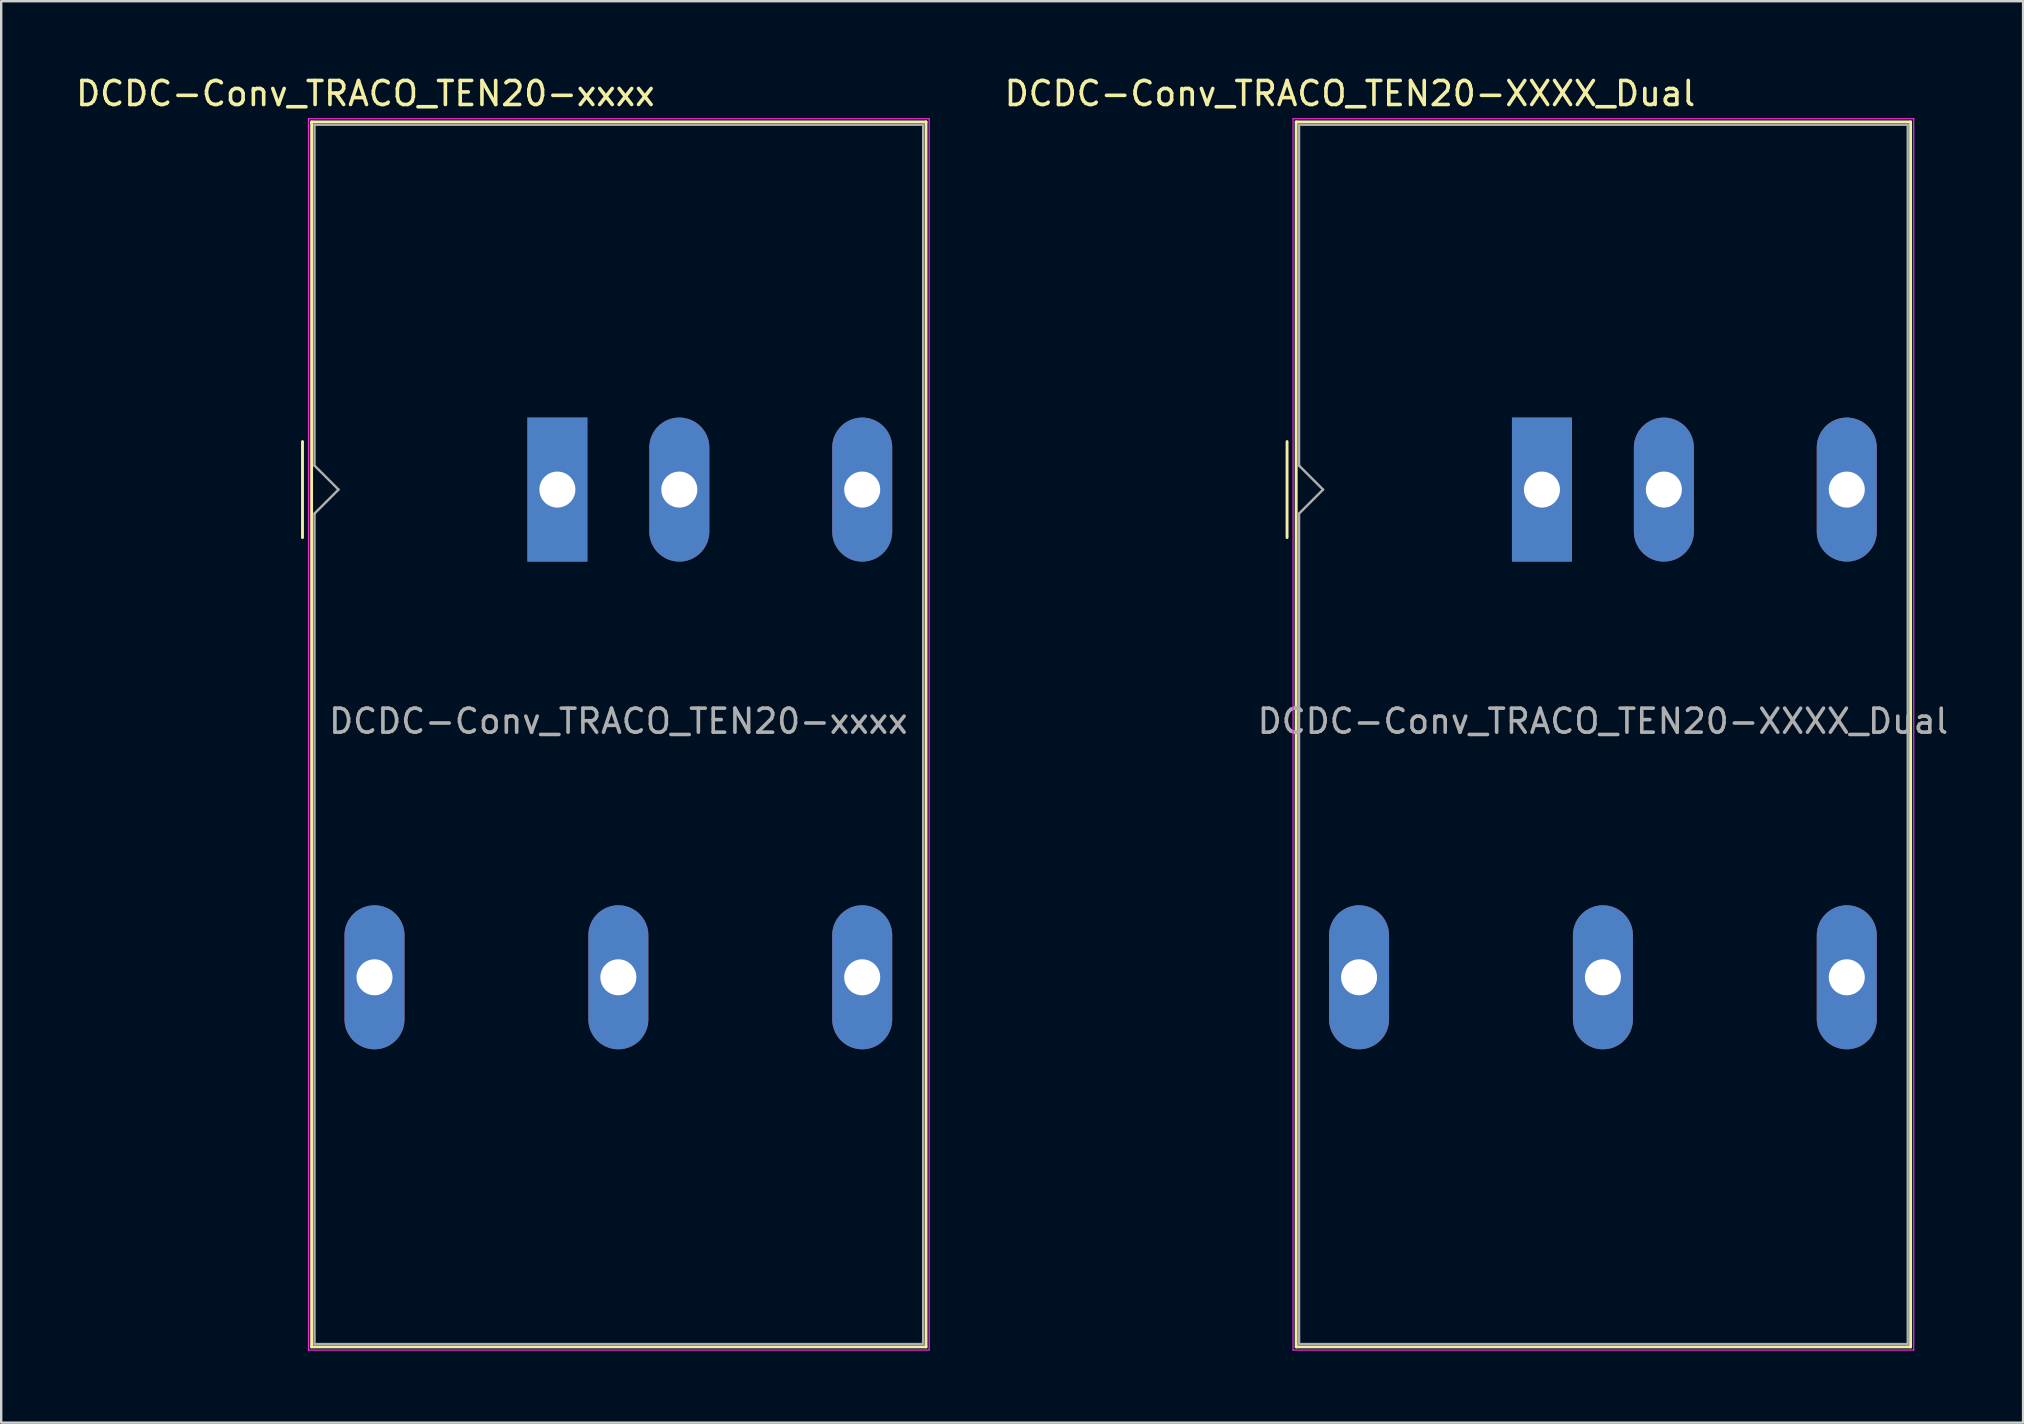
<source format=kicad_pcb>
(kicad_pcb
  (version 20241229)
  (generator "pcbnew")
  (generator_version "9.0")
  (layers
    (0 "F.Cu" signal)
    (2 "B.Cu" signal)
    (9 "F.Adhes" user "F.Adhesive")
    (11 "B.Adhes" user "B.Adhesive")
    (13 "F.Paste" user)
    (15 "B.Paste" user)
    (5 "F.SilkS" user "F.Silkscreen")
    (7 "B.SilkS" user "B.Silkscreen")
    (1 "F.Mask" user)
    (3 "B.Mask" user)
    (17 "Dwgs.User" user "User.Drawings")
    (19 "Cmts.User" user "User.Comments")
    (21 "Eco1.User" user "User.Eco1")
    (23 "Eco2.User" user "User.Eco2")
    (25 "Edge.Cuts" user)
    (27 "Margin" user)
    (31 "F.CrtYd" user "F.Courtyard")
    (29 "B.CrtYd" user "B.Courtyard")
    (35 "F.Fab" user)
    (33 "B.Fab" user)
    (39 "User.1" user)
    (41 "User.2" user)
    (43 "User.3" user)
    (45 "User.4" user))
  (footprint "DCDC-Conv_TRACO_TEN20-XXXX_Dual"
    (layer "F.Cu")
    (at 61.194 17.348)
    (property "Reference" "DCDC-Conv_TRACO_TEN20-XXXX_Dual" (at -8 -16.5 180) (layer "F.SilkS") (effects (font (size 1 1) (thickness 0.15))))
    (attr through_hole)
    (fp_line (start -10.62 -2) (end -10.62 2) (stroke (width 0.12) (type solid)) (layer "F.SilkS"))
    (fp_line (start -10.24 -15.32) (end 15.36 -15.32) (stroke (width 0.12) (type solid)) (layer "F.SilkS"))
    (fp_line (start -10.24 35.72) (end -10.24 -15.32) (stroke (width 0.12) (type solid)) (layer "F.SilkS"))
    (fp_line (start 15.36 -15.32) (end 15.36 35.72) (stroke (width 0.12) (type solid)) (layer "F.SilkS"))
    (fp_line (start 15.36 35.72) (end -10.24 35.72) (stroke (width 0.12) (type solid)) (layer "F.SilkS"))
    (fp_line (start -10.37 -15.45) (end 15.49 -15.45) (stroke (width 0.05) (type solid)) (layer "F.CrtYd"))
    (fp_line (start -10.37 35.85) (end -10.37 -15.45) (stroke (width 0.05) (type solid)) (layer "F.CrtYd"))
    (fp_line (start -10.37 35.85) (end 15.49 35.85) (stroke (width 0.05) (type solid)) (layer "F.CrtYd"))
    (fp_line (start 15.49 35.85) (end 15.49 -15.45) (stroke (width 0.05) (type solid)) (layer "F.CrtYd"))
    (fp_line (start -10.12 -1) (end -10.12 -15.2) (stroke (width 0.1) (type solid)) (layer "F.Fab"))
    (fp_line (start -10.12 1) (end -10.12 35.6) (stroke (width 0.1) (type solid)) (layer "F.Fab"))
    (fp_line (start -10.12 1) (end -9.12 0) (stroke (width 0.1) (type solid)) (layer "F.Fab"))
    (fp_line (start -10.12 35.6) (end 15.24 35.6) (stroke (width 0.1) (type solid)) (layer "F.Fab"))
    (fp_line (start -9.12 0) (end -10.12 -1) (stroke (width 0.1) (type solid)) (layer "F.Fab"))
    (fp_line (start 15.24 -15.2) (end -10.12 -15.2) (stroke (width 0.1) (type solid)) (layer "F.Fab"))
    (fp_line (start 15.24 35.6) (end 15.24 -15.2) (stroke (width 0.1) (type solid)) (layer "F.Fab"))
    (fp_text user "${REFERENCE}" (at 2.54 9.652 0) (layer "F.Fab") (effects (font (size 1 1) (thickness 0.15))))
    (pad "1" thru_hole rect (at 0 0 90) (size 6 2.5) (drill 1.5) (layers "*.Cu" "*.Mask"))
    (pad "2" thru_hole oval (at 5.08 0 90) (size 6 2.5) (drill 1.5) (layers "*.Cu" "*.Mask"))
    (pad "3" thru_hole oval (at -7.62 20.32 90) (size 6 2.5) (drill 1.5) (layers "*.Cu" "*.Mask"))
    (pad "4" thru_hole oval (at 2.54 20.32 90) (size 6 2.5) (drill 1.5) (layers "*.Cu" "*.Mask"))
    (pad "5" thru_hole oval (at 12.7 20.32 90) (size 6 2.5) (drill 1.5) (layers "*.Cu" "*.Mask"))
    (pad "6" thru_hole oval (at 12.7 0 90) (size 6 2.5) (drill 1.5) (layers "*.Cu" "*.Mask")))
  (footprint "DCDC-Conv_TRACO_TEN20-xxxx"
    (layer "F.Cu")
    (at 20.173 17.348)
    (property "Reference" "DCDC-Conv_TRACO_TEN20-xxxx" (at -8 -16.5 180) (layer "F.SilkS") (effects (font (size 1 1) (thickness 0.15))))
    (attr through_hole)
    (fp_line (start -10.62 -2) (end -10.62 2) (stroke (width 0.12) (type solid)) (layer "F.SilkS"))
    (fp_line (start -10.24 -15.32) (end 15.36 -15.32) (stroke (width 0.12) (type solid)) (layer "F.SilkS"))
    (fp_line (start -10.24 35.72) (end -10.24 -15.32) (stroke (width 0.12) (type solid)) (layer "F.SilkS"))
    (fp_line (start 15.36 -15.32) (end 15.36 35.72) (stroke (width 0.12) (type solid)) (layer "F.SilkS"))
    (fp_line (start 15.36 35.72) (end -10.24 35.72) (stroke (width 0.12) (type solid)) (layer "F.SilkS"))
    (fp_line (start -10.37 -15.45) (end 15.49 -15.45) (stroke (width 0.05) (type solid)) (layer "F.CrtYd"))
    (fp_line (start -10.37 35.85) (end -10.37 -15.45) (stroke (width 0.05) (type solid)) (layer "F.CrtYd"))
    (fp_line (start -10.37 35.85) (end 15.49 35.85) (stroke (width 0.05) (type solid)) (layer "F.CrtYd"))
    (fp_line (start 15.49 35.85) (end 15.49 -15.45) (stroke (width 0.05) (type solid)) (layer "F.CrtYd"))
    (fp_line (start -10.12 -1) (end -10.12 -15.2) (stroke (width 0.1) (type solid)) (layer "F.Fab"))
    (fp_line (start -10.12 1) (end -10.12 35.6) (stroke (width 0.1) (type solid)) (layer "F.Fab"))
    (fp_line (start -10.12 1) (end -9.12 0) (stroke (width 0.1) (type solid)) (layer "F.Fab"))
    (fp_line (start -10.12 35.6) (end 15.24 35.6) (stroke (width 0.1) (type solid)) (layer "F.Fab"))
    (fp_line (start -9.12 0) (end -10.12 -1) (stroke (width 0.1) (type solid)) (layer "F.Fab"))
    (fp_line (start 15.24 -15.2) (end -10.12 -15.2) (stroke (width 0.1) (type solid)) (layer "F.Fab"))
    (fp_line (start 15.24 35.6) (end 15.24 -15.2) (stroke (width 0.1) (type solid)) (layer "F.Fab"))
    (fp_text user "${REFERENCE}" (at 2.54 9.652 0) (layer "F.Fab") (effects (font (size 1 1) (thickness 0.15))))
    (pad "1" thru_hole rect (at 0 0 90) (size 6 2.5) (drill 1.5) (layers "*.Cu" "*.Mask"))
    (pad "2" thru_hole oval (at 5.08 0 90) (size 6 2.5) (drill 1.5) (layers "*.Cu" "*.Mask"))
    (pad "3" thru_hole oval (at -7.62 20.32 90) (size 6 2.5) (drill 1.5) (layers "*.Cu" "*.Mask"))
    (pad "4" thru_hole oval (at 2.54 20.32 90) (size 6 2.5) (drill 1.5) (layers "*.Cu" "*.Mask"))
    (pad "5" thru_hole oval (at 12.7 20.32 90) (size 6 2.5) (drill 1.5) (layers "*.Cu" "*.Mask"))
    (pad "6" thru_hole oval (at 12.7 0 90) (size 6 2.5) (drill 1.5) (layers "*.Cu" "*.Mask")))
  (gr_rect
    (start -3 -3)
    (end 81.24 56.223)
    (stroke (width 0.1) (type default))
    (fill no)
    (layer "Edge.Cuts")))
</source>
